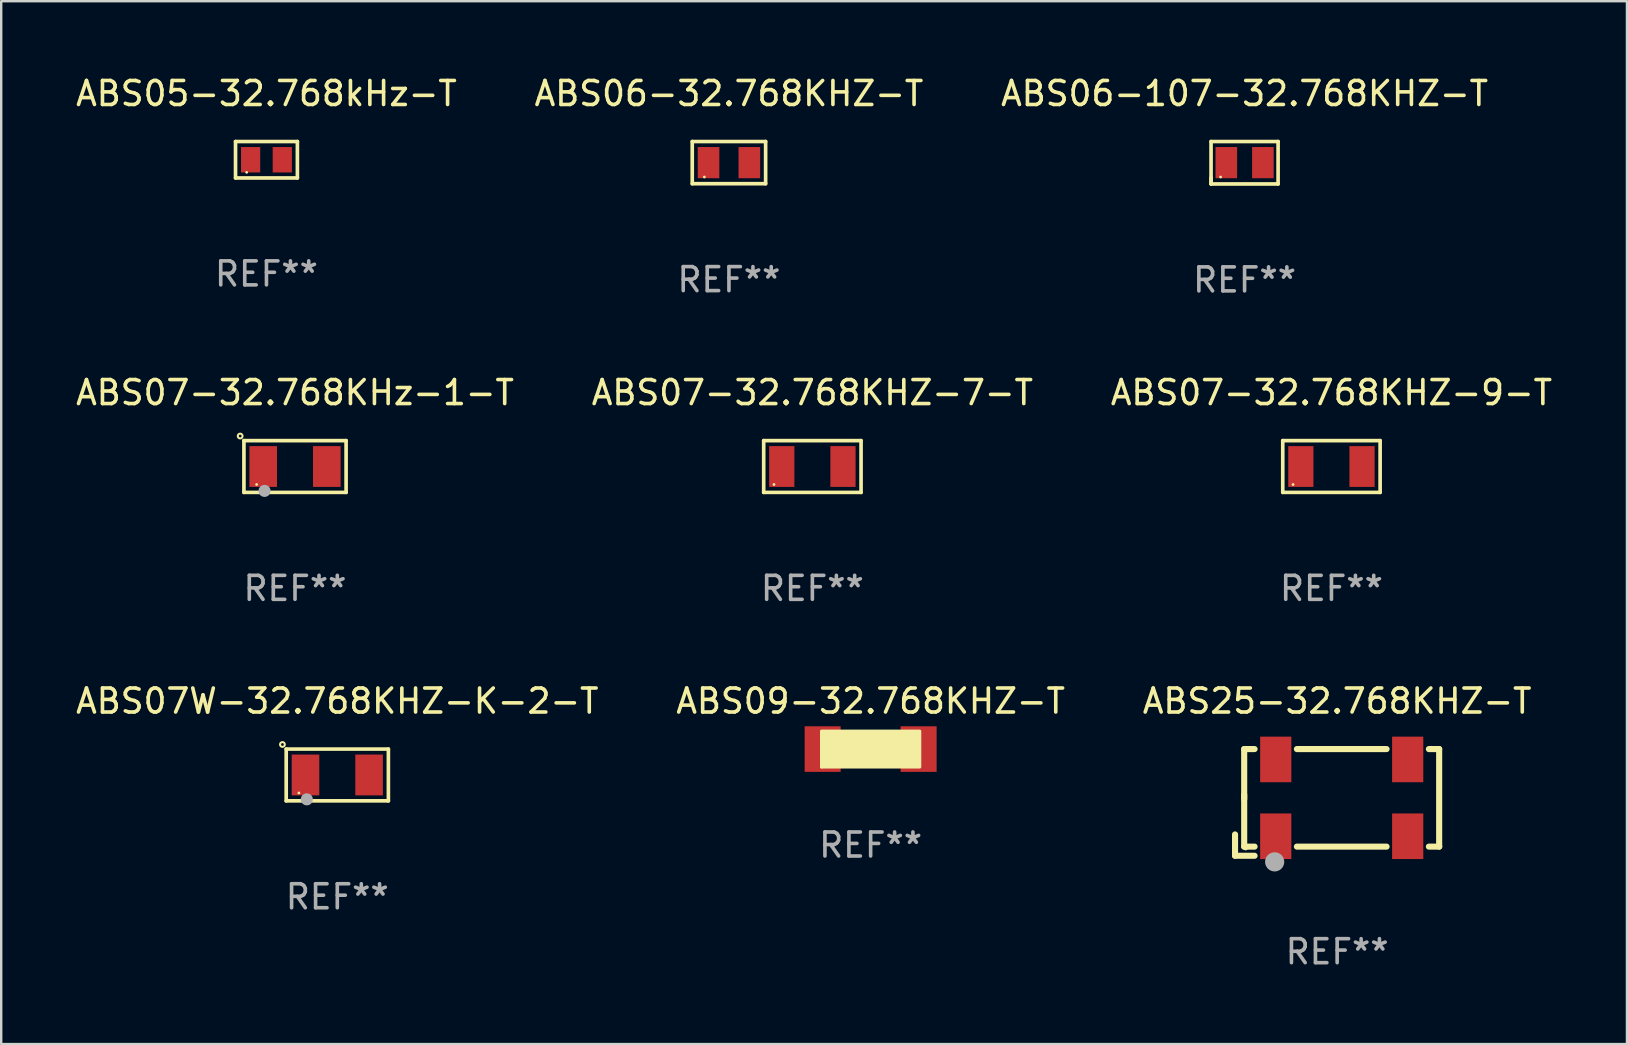
<source format=kicad_pcb>
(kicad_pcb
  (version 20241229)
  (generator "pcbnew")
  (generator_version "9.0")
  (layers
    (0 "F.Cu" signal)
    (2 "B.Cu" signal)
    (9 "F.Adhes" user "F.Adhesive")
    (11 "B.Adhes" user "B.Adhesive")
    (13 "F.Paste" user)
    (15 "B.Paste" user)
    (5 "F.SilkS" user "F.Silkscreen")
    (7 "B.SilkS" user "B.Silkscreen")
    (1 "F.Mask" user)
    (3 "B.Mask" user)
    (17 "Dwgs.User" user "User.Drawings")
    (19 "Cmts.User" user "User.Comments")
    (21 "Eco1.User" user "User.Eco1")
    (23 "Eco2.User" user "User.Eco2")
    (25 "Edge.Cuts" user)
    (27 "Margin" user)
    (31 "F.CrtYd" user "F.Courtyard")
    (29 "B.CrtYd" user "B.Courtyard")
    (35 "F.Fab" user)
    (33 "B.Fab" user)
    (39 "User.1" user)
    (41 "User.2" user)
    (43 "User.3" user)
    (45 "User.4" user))
  (footprint "ABS06-32.768KHZ-T"
    (layer "F.Cu")
    (at 27.327 3.727)
    (property "Reference" "ABS06-32.768KHZ-T" (at 0 -2.879 0) (layer "F.SilkS") (effects (font (size 1 1) (thickness 0.15))))
    (attr through_hole)
    (fp_line (start -1.529 -0.879) (end 1.529 -0.879) (stroke (width 0.152) (type solid)) (layer "F.SilkS"))
    (fp_line (start -1.529 0.879) (end -1.529 -0.879) (stroke (width 0.152) (type solid)) (layer "F.SilkS"))
    (fp_line (start 1.529 -0.879) (end 1.529 0.879) (stroke (width 0.152) (type solid)) (layer "F.SilkS"))
    (fp_line (start 1.529 0.879) (end -1.529 0.879) (stroke (width 0.152) (type solid)) (layer "F.SilkS"))
    (fp_circle (center -1.025 0.6) (end -0.995 0.6) (stroke (width 0.06) (type solid)) (fill no) (layer "F.SilkS"))
    (fp_text user "REF**" (at 0 4.879 0) (layer "F.Fab") (effects (font (size 1 1) (thickness 0.15))))
    (pad "1" smd rect (at -0.85 0) (size 0.9 1.3) (layers "F.Cu" "F.Mask" "F.Paste"))
    (pad "2" smd rect (at 0.85 0) (size 0.9 1.3) (layers "F.Cu" "F.Mask" "F.Paste")))
  (footprint "ABS05-32.768kHz-T"
    (layer "F.Cu")
    (at 8.054 3.607)
    (property "Reference" "ABS05-32.768kHz-T" (at 0 -2.759 0) (layer "F.SilkS") (effects (font (size 1 1) (thickness 0.15))))
    (attr through_hole)
    (fp_line (start -1.289 -0.759) (end 1.289 -0.759) (stroke (width 0.152) (type solid)) (layer "F.SilkS"))
    (fp_line (start -1.289 0.759) (end -1.289 -0.759) (stroke (width 0.152) (type solid)) (layer "F.SilkS"))
    (fp_line (start 1.289 -0.759) (end 1.289 0.759) (stroke (width 0.152) (type solid)) (layer "F.SilkS"))
    (fp_line (start 1.289 0.759) (end -1.289 0.759) (stroke (width 0.152) (type solid)) (layer "F.SilkS"))
    (fp_circle (center -0.825 0.525) (end -0.795 0.525) (stroke (width 0.06) (type solid)) (fill no) (layer "F.SilkS"))
    (fp_text user "REF**" (at 0 4.759 0) (layer "F.Fab") (effects (font (size 1 1) (thickness 0.15))))
    (pad "1" smd rect (at -0.66 0) (size 0.8 1.06) (layers "F.Cu" "F.Mask" "F.Paste"))
    (pad "2" smd rect (at 0.66 0) (size 0.8 1.06) (layers "F.Cu" "F.Mask" "F.Paste")))
  (footprint "ABS07-32.768KHZ-7-T"
    (layer "F.Cu")
    (at 30.804 16.391)
    (property "Reference" "ABS07-32.768KHZ-7-T" (at 0 -3.079 0) (layer "F.SilkS") (effects (font (size 1 1) (thickness 0.15))))
    (attr through_hole)
    (fp_line (start -2.029 -1.079) (end 2.029 -1.079) (stroke (width 0.152) (type solid)) (layer "F.SilkS"))
    (fp_line (start -2.029 1.079) (end -2.029 -1.079) (stroke (width 0.152) (type solid)) (layer "F.SilkS"))
    (fp_line (start 2.029 -1.079) (end 2.029 1.079) (stroke (width 0.152) (type solid)) (layer "F.SilkS"))
    (fp_line (start 2.029 1.079) (end -2.029 1.079) (stroke (width 0.152) (type solid)) (layer "F.SilkS"))
    (fp_circle (center -1.6 0.75) (end -1.57 0.75) (stroke (width 0.06) (type solid)) (fill no) (layer "F.SilkS"))
    (fp_text user "REF**" (at 0 5.079 0) (layer "F.Fab") (effects (font (size 1 1) (thickness 0.15))))
    (pad "1" smd rect (at -1.275 0) (size 1.05 1.7) (layers "F.Cu" "F.Mask" "F.Paste"))
    (pad "2" smd rect (at 1.275 0) (size 1.05 1.7) (layers "F.Cu" "F.Mask" "F.Paste")))
  (footprint "ABS25-32.768KHZ-T"
    (layer "F.Cu")
    (at 52.673 30.389)
    (property "Reference" "ABS25-32.768KHZ-T" (at 0 -4.223 0) (layer "F.SilkS") (effects (font (size 1 1) (thickness 0.15))))
    (attr through_hole)
    (fp_line (start -4.255 1.334) (end -4.255 2.223) (stroke (width 0.254) (type solid)) (layer "F.SilkS"))
    (fp_line (start -4.255 2.223) (end -3.441 2.223) (stroke (width 0.254) (type solid)) (layer "F.SilkS"))
    (fp_line (start -3.874 -2.223) (end -3.874 -0.143) (stroke (width 0.254) (type solid)) (layer "F.SilkS"))
    (fp_line (start -3.874 -0.318) (end -3.874 1.842) (stroke (width 0.254) (type solid)) (layer "F.SilkS"))
    (fp_line (start -3.874 1.842) (end -3.441 1.842) (stroke (width 0.254) (type solid)) (layer "F.SilkS"))
    (fp_line (start -3.441 -2.223) (end -3.874 -2.223) (stroke (width 0.254) (type solid)) (layer "F.SilkS"))
    (fp_line (start -1.678 1.842) (end 2.059 1.842) (stroke (width 0.254) (type solid)) (layer "F.SilkS"))
    (fp_line (start 2.059 -2.223) (end -1.678 -2.223) (stroke (width 0.254) (type solid)) (layer "F.SilkS"))
    (fp_line (start 3.822 1.842) (end 4.255 1.842) (stroke (width 0.254) (type solid)) (layer "F.SilkS"))
    (fp_line (start 4.251 -2.223) (end 3.822 -2.223) (stroke (width 0.254) (type solid)) (layer "F.SilkS"))
    (fp_line (start 4.251 1.842) (end 4.251 -2.223) (stroke (width 0.254) (type solid)) (layer "F.SilkS"))
    (fp_circle (center -3.809 1.91) (end -3.78 1.91) (stroke (width 0.06) (type solid)) (fill no) (layer "F.SilkS"))
    (fp_circle (center -2.604 2.477) (end -2.404 2.477) (stroke (width 0.4) (type solid)) (fill no) (layer "F.Fab"))
    (fp_text user "REF**" (at 0 6.223 0) (layer "F.Fab") (effects (font (size 1 1) (thickness 0.15))))
    (pad "1" smd rect (at -2.559 1.41) (size 1.3 1.9) (layers "F.Cu" "F.Mask" "F.Paste"))
    (pad "2" smd rect (at 2.94 1.41) (size 1.3 1.9) (layers "F.Cu" "F.Mask" "F.Paste"))
    (pad "3" smd rect (at 2.94 -1.791) (size 1.3 1.9) (layers "F.Cu" "F.Mask" "F.Paste"))
    (pad "4" smd rect (at -2.559 -1.791) (size 1.3 1.9) (layers "F.Cu" "F.Mask" "F.Paste")))
  (footprint "ABS07W-32.768KHZ-K-2-T"
    (layer "F.Cu")
    (at 11.006 29.245)
    (property "Reference" "ABS07W-32.768KHZ-K-2-T" (at 0 -3.079 0) (layer "F.SilkS") (effects (font (size 1 1) (thickness 0.15))))
    (attr through_hole)
    (fp_line (start -2.129 -1.079) (end 2.129 -1.079) (stroke (width 0.152) (type solid)) (layer "F.SilkS"))
    (fp_line (start -2.129 1.079) (end -2.129 -1.079) (stroke (width 0.152) (type solid)) (layer "F.SilkS"))
    (fp_line (start 2.129 -1.079) (end 2.129 1.079) (stroke (width 0.152) (type solid)) (layer "F.SilkS"))
    (fp_line (start 2.129 1.079) (end -2.129 1.079) (stroke (width 0.152) (type solid)) (layer "F.SilkS"))
    (fp_circle (center -2.286 -1.27) (end -2.186 -1.27) (stroke (width 0.085) (type solid)) (fill no) (layer "F.SilkS"))
    (fp_circle (center -1.6 0.75) (end -1.57 0.75) (stroke (width 0.06) (type solid)) (fill no) (layer "F.SilkS"))
    (fp_circle (center -1.27 1.016) (end -1.143 1.016) (stroke (width 0.254) (type solid)) (fill no) (layer "F.Fab"))
    (fp_text user "REF**" (at 0 5.079 0) (layer "F.Fab") (effects (font (size 1 1) (thickness 0.15))))
    (pad "1" smd rect (at -1.325 0) (size 1.15 1.7) (layers "F.Cu" "F.Mask" "F.Paste"))
    (pad "2" smd rect (at 1.325 0) (size 1.15 1.7) (layers "F.Cu" "F.Mask" "F.Paste")))
  (footprint "ABS06-107-32.768KHZ-T"
    (layer "F.Cu")
    (at 48.815 3.732)
    (property "Reference" "ABS06-107-32.768KHZ-T" (at 0 -2.884 0) (layer "F.SilkS") (effects (font (size 1 1) (thickness 0.15))))
    (attr through_hole)
    (fp_line (start -1.397 -0.884) (end 1.397 -0.884) (stroke (width 0.152) (type solid)) (layer "F.SilkS"))
    (fp_line (start -1.397 0.874) (end -1.397 -0.884) (stroke (width 0.152) (type solid)) (layer "F.SilkS"))
    (fp_line (start -1.397 0.884) (end -1.396 0.63) (stroke (width 0.152) (type solid)) (layer "F.SilkS"))
    (fp_line (start 1.397 -0.884) (end 1.397 0.884) (stroke (width 0.152) (type solid)) (layer "F.SilkS"))
    (fp_line (start 1.397 0.884) (end -1.397 0.884) (stroke (width 0.152) (type solid)) (layer "F.SilkS"))
    (fp_circle (center -0.999 0.595) (end -0.969 0.595) (stroke (width 0.06) (type solid)) (fill no) (layer "F.SilkS"))
    (fp_text user "REF**" (at 0 4.884 0) (layer "F.Fab") (effects (font (size 1 1) (thickness 0.15))))
    (pad "1" smd rect (at -0.761 -0.005) (size 0.9 1.3) (layers "F.Cu" "F.Mask" "F.Paste"))
    (pad "2" smd rect (at 0.763 -0.005) (size 0.9 1.3) (layers "F.Cu" "F.Mask" "F.Paste")))
  (footprint "ABS07-32.768KHz-1-T"
    (layer "F.Cu")
    (at 9.244 16.391)
    (property "Reference" "ABS07-32.768KHz-1-T" (at 0 -3.079 0) (layer "F.SilkS") (effects (font (size 1 1) (thickness 0.15))))
    (attr through_hole)
    (fp_line (start -2.129 -1.079) (end 2.129 -1.079) (stroke (width 0.152) (type solid)) (layer "F.SilkS"))
    (fp_line (start -2.129 1.079) (end -2.129 -1.079) (stroke (width 0.152) (type solid)) (layer "F.SilkS"))
    (fp_line (start 2.129 -1.079) (end 2.129 1.079) (stroke (width 0.152) (type solid)) (layer "F.SilkS"))
    (fp_line (start 2.129 1.079) (end -2.129 1.079) (stroke (width 0.152) (type solid)) (layer "F.SilkS"))
    (fp_circle (center -2.286 -1.27) (end -2.186 -1.27) (stroke (width 0.085) (type solid)) (fill no) (layer "F.SilkS"))
    (fp_circle (center -1.6 0.75) (end -1.57 0.75) (stroke (width 0.06) (type solid)) (fill no) (layer "F.SilkS"))
    (fp_circle (center -1.27 1.016) (end -1.143 1.016) (stroke (width 0.254) (type solid)) (fill no) (layer "F.Fab"))
    (fp_text user "REF**" (at 0 5.079 0) (layer "F.Fab") (effects (font (size 1 1) (thickness 0.15))))
    (pad "1" smd rect (at -1.325 0) (size 1.15 1.7) (layers "F.Cu" "F.Mask" "F.Paste"))
    (pad "2" smd rect (at 1.325 0) (size 1.15 1.7) (layers "F.Cu" "F.Mask" "F.Paste")))
  (footprint "ABS09-32.768KHZ-T"
    (layer "F.Cu")
    (at 33.232 28.166)
    (property "Reference" "ABS09-32.768KHZ-T" (at 0 -2 0) (layer "F.SilkS") (effects (font (size 1 1) (thickness 0.15))))
    (attr through_hole)
    (fp_circle (center -2.05 0.75) (end -2.02 0.75) (stroke (width 0.06) (type solid)) (fill no) (layer "F.SilkS"))
    (fp_poly (pts (xy -2.05 -0.75) (xy 2.05 -0.75) (xy 2.05 0.75) (xy -2.05 0.75)) (stroke (width 0.12) (type solid)) (fill yes) (layer "F.SilkS"))
    (fp_text user "REF**" (at 0 4 0) (layer "F.Fab") (effects (font (size 1 1) (thickness 0.15))))
    (pad "1" smd rect (at -2 0) (size 1.5 1.9) (layers "F.Cu" "F.Mask" "F.Paste"))
    (pad "2" smd rect (at 2 0) (size 1.5 1.9) (layers "F.Cu" "F.Mask" "F.Paste")))
  (footprint "ABS07-32.768KHZ-9-T"
    (layer "F.Cu")
    (at 52.435 16.391)
    (property "Reference" "ABS07-32.768KHZ-9-T" (at 0 -3.079 0) (layer "F.SilkS") (effects (font (size 1 1) (thickness 0.15))))
    (attr through_hole)
    (fp_line (start -2.029 -1.079) (end 2.029 -1.079) (stroke (width 0.152) (type solid)) (layer "F.SilkS"))
    (fp_line (start -2.029 1.079) (end -2.029 -1.079) (stroke (width 0.152) (type solid)) (layer "F.SilkS"))
    (fp_line (start 2.029 -1.079) (end 2.029 1.079) (stroke (width 0.152) (type solid)) (layer "F.SilkS"))
    (fp_line (start 2.029 1.079) (end -2.029 1.079) (stroke (width 0.152) (type solid)) (layer "F.SilkS"))
    (fp_circle (center -1.6 0.75) (end -1.57 0.75) (stroke (width 0.06) (type solid)) (fill no) (layer "F.SilkS"))
    (fp_text user "REF**" (at 0 5.079 0) (layer "F.Fab") (effects (font (size 1 1) (thickness 0.15))))
    (pad "1" smd rect (at -1.275 0.000127) (size 1.05 1.7) (layers "F.Cu" "F.Mask" "F.Paste"))
    (pad "2" smd rect (at 1.275 0.000127) (size 1.05 1.7) (layers "F.Cu" "F.Mask" "F.Paste")))
  (gr_rect
    (start -3 -3)
    (end 64.75 40.46)
    (stroke (width 0.1) (type default))
    (fill no)
    (layer "Edge.Cuts")))
</source>
